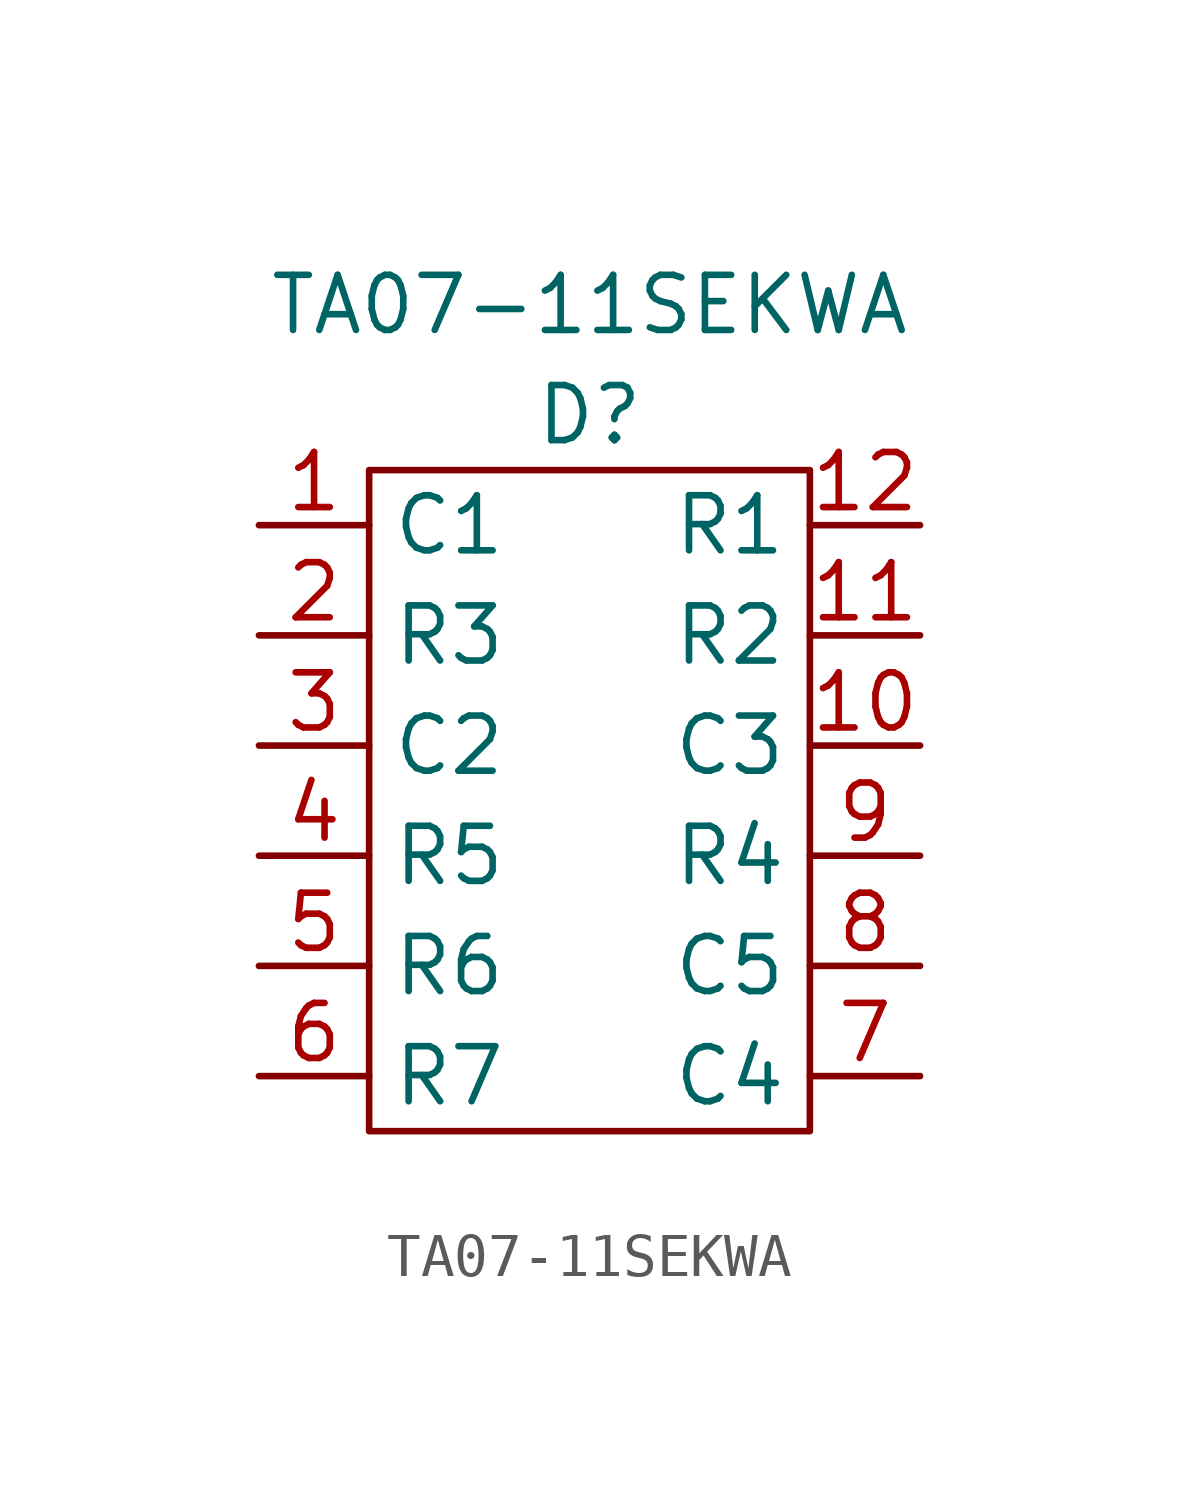
<source format=kicad_sym>
(kicad_symbol_lib
  (version 20211014)
  (generator kicad_symbol_editor)
  (symbol "TA07-11SEKWA"
    (property "Reference" "D"
      (at 5.08 16.51 0)
      (effects (font (size 1.27 1.27))))
    (property "Value" "TA07-11SEKWA"
      (at 5.08 19.05 0)
      (effects (font (size 1.27 1.27))))
    (symbol "TA07-11SEKWA_0_1"
      (rectangle (start 0 15.24) (end 10.16 0) (stroke (width 0.152) (type default) (color 0 0 0 0)) (fill (type none))))
    (symbol "TA07-11SEKWA_1_1"
      (pin input line (at -2.54 13.97 0) (length 2.54) (name "C1" (effects (font (size 1.27 1.27)))) (number "1" (effects (font (size 1.27 1.27)))))
      (pin input line (at 12.7 8.89 180) (length 2.54) (name "C3" (effects (font (size 1.27 1.27)))) (number "10" (effects (font (size 1.27 1.27)))))
      (pin output line (at 12.7 11.43 180) (length 2.54) (name "R2" (effects (font (size 1.27 1.27)))) (number "11" (effects (font (size 1.27 1.27)))))
      (pin output line (at 12.7 13.97 180) (length 2.54) (name "R1" (effects (font (size 1.27 1.27)))) (number "12" (effects (font (size 1.27 1.27)))))
      (pin output line (at -2.54 11.43 0) (length 2.54) (name "R3" (effects (font (size 1.27 1.27)))) (number "2" (effects (font (size 1.27 1.27)))))
      (pin input line (at -2.54 8.89 0) (length 2.54) (name "C2" (effects (font (size 1.27 1.27)))) (number "3" (effects (font (size 1.27 1.27)))))
      (pin output line (at -2.54 6.35 0) (length 2.54) (name "R5" (effects (font (size 1.27 1.27)))) (number "4" (effects (font (size 1.27 1.27)))))
      (pin output line (at -2.54 3.81 0) (length 2.54) (name "R6" (effects (font (size 1.27 1.27)))) (number "5" (effects (font (size 1.27 1.27)))))
      (pin output line (at -2.54 1.27 0) (length 2.54) (name "R7" (effects (font (size 1.27 1.27)))) (number "6" (effects (font (size 1.27 1.27)))))
      (pin input line (at 12.7 1.27 180) (length 2.54) (name "C4" (effects (font (size 1.27 1.27)))) (number "7" (effects (font (size 1.27 1.27)))))
      (pin input line (at 12.7 3.81 180) (length 2.54) (name "C5" (effects (font (size 1.27 1.27)))) (number "8" (effects (font (size 1.27 1.27)))))
      (pin output line (at 12.7 6.35 180) (length 2.54) (name "R4" (effects (font (size 1.27 1.27)))) (number "9" (effects (font (size 1.27 1.27))))))))
</source>
